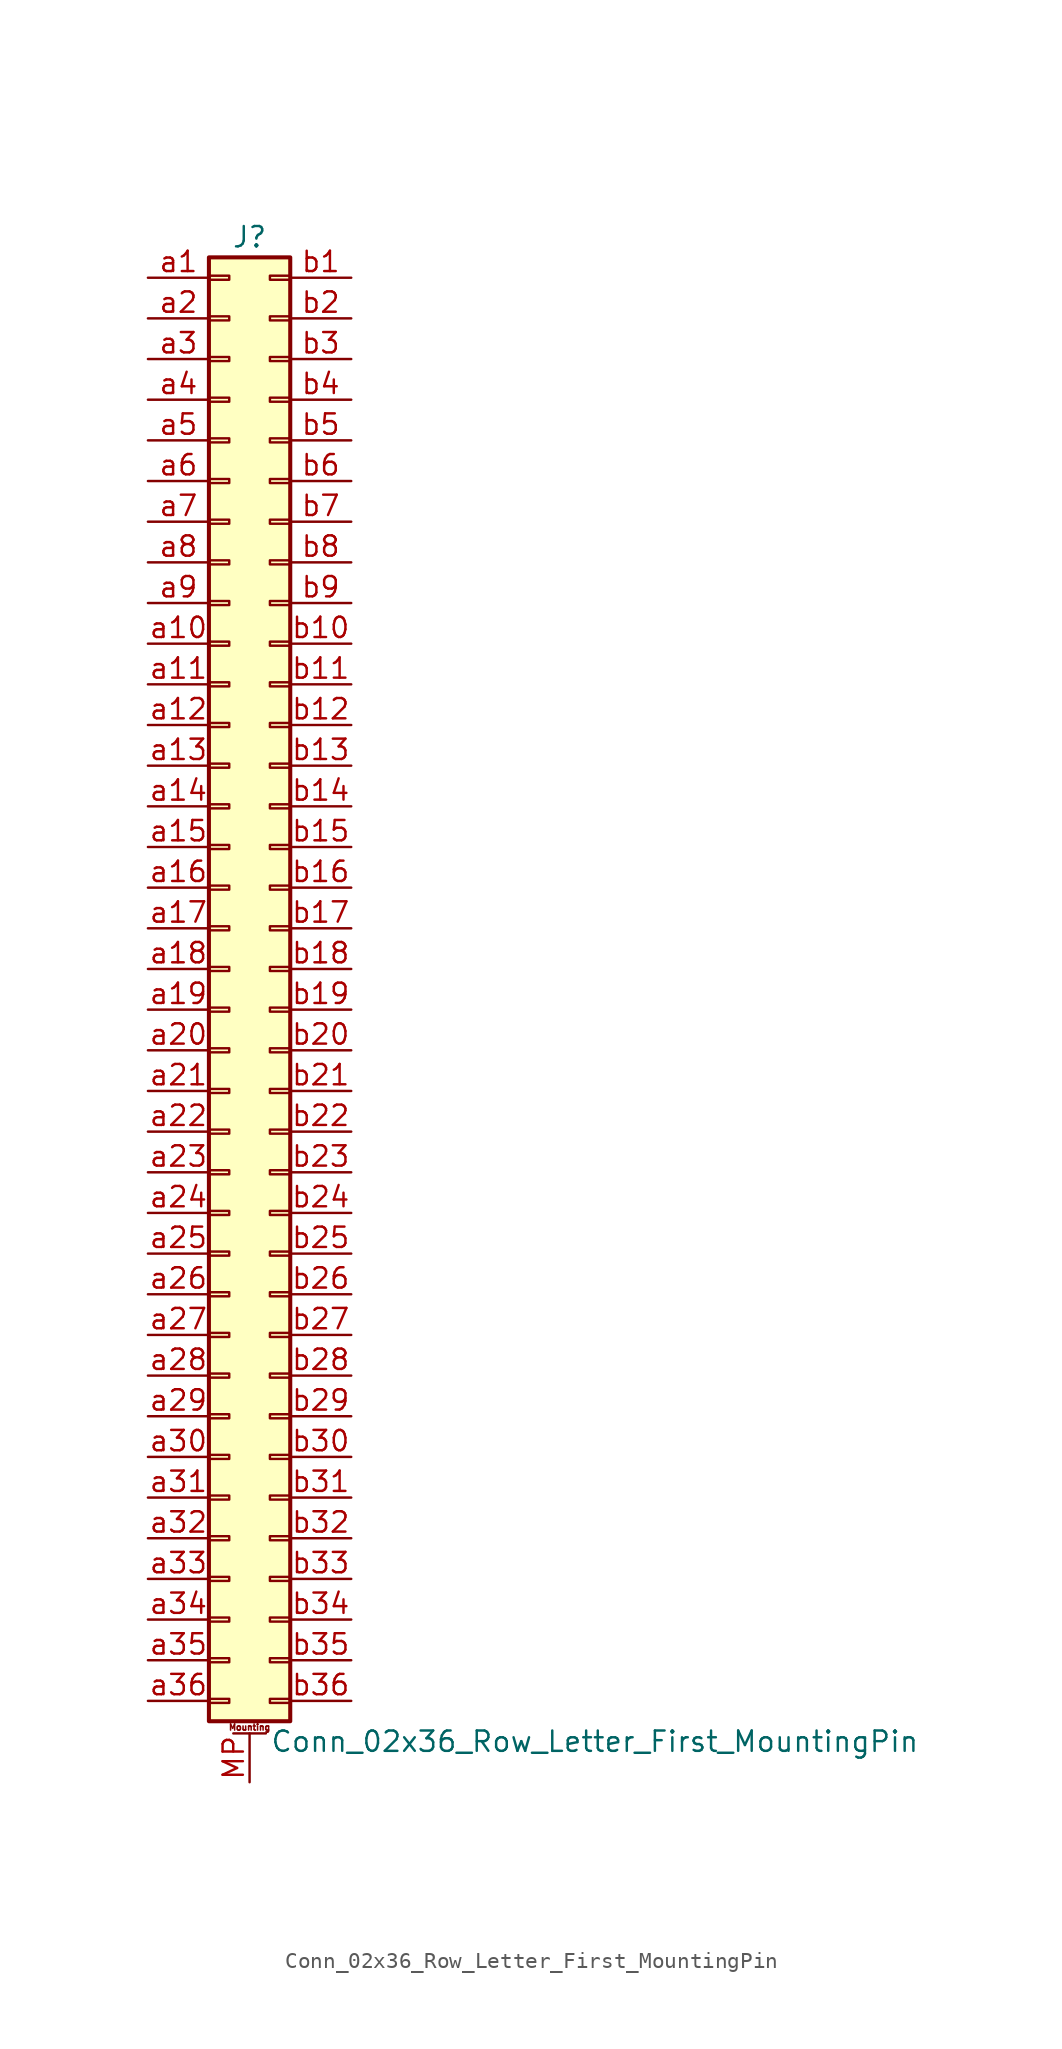
<source format=kicad_sym>
(kicad_symbol_lib
  (version 20201005)
  (generator kicad_symbol_editor)
  (symbol "Conn_02x36_Row_Letter_First_MountingPin"
    (pin_names
      (offset 1.016) hide)
    (property "Reference" "J"
      (at 1.27 45.72 0)
      (effects (font (size 1.27 1.27))))
    (property "Value" "Conn_02x36_Row_Letter_First_MountingPin"
      (at 2.54 -48.26 0)
      (effects (font (size 1.27 1.27)) (justify left)))
    (symbol "Conn_02x36_Row_Letter_First_MountingPin_1_1"
      (text "Mounting" (at 1.27 -47.371 0) (effects (font (size 0.381 0.381))))
      (rectangle (start -1.27 -45.593) (end 0 -45.847) (stroke (width 0.152)) (fill (type none)))
      (rectangle (start -1.27 -43.053) (end 0 -43.307) (stroke (width 0.152)) (fill (type none)))
      (rectangle (start -1.27 -40.513) (end 0 -40.767) (stroke (width 0.152)) (fill (type none)))
      (rectangle (start -1.27 -37.973) (end 0 -38.227) (stroke (width 0.152)) (fill (type none)))
      (rectangle (start -1.27 -35.433) (end 0 -35.687) (stroke (width 0.152)) (fill (type none)))
      (rectangle (start -1.27 -32.893) (end 0 -33.147) (stroke (width 0.152)) (fill (type none)))
      (rectangle (start -1.27 -30.353) (end 0 -30.607) (stroke (width 0.152)) (fill (type none)))
      (rectangle (start -1.27 -27.813) (end 0 -28.067) (stroke (width 0.152)) (fill (type none)))
      (rectangle (start -1.27 -25.273) (end 0 -25.527) (stroke (width 0.152)) (fill (type none)))
      (rectangle (start -1.27 -22.733) (end 0 -22.987) (stroke (width 0.152)) (fill (type none)))
      (rectangle (start -1.27 -20.193) (end 0 -20.447) (stroke (width 0.152)) (fill (type none)))
      (rectangle (start -1.27 -17.653) (end 0 -17.907) (stroke (width 0.152)) (fill (type none)))
      (rectangle (start -1.27 -15.113) (end 0 -15.367) (stroke (width 0.152)) (fill (type none)))
      (rectangle (start -1.27 -12.573) (end 0 -12.827) (stroke (width 0.152)) (fill (type none)))
      (rectangle (start -1.27 -10.033) (end 0 -10.287) (stroke (width 0.152)) (fill (type none)))
      (rectangle (start -1.27 -7.493) (end 0 -7.747) (stroke (width 0.152)) (fill (type none)))
      (rectangle (start -1.27 -4.953) (end 0 -5.207) (stroke (width 0.152)) (fill (type none)))
      (rectangle (start -1.27 -2.413) (end 0 -2.667) (stroke (width 0.152)) (fill (type none)))
      (rectangle (start -1.27 0.127) (end 0 -0.127) (stroke (width 0.152)) (fill (type none)))
      (rectangle (start -1.27 2.667) (end 0 2.413) (stroke (width 0.152)) (fill (type none)))
      (rectangle (start -1.27 5.207) (end 0 4.953) (stroke (width 0.152)) (fill (type none)))
      (rectangle (start -1.27 7.747) (end 0 7.493) (stroke (width 0.152)) (fill (type none)))
      (rectangle (start -1.27 10.287) (end 0 10.033) (stroke (width 0.152)) (fill (type none)))
      (rectangle (start -1.27 12.827) (end 0 12.573) (stroke (width 0.152)) (fill (type none)))
      (rectangle (start -1.27 15.367) (end 0 15.113) (stroke (width 0.152)) (fill (type none)))
      (rectangle (start -1.27 17.907) (end 0 17.653) (stroke (width 0.152)) (fill (type none)))
      (rectangle (start -1.27 20.447) (end 0 20.193) (stroke (width 0.152)) (fill (type none)))
      (rectangle (start -1.27 22.987) (end 0 22.733) (stroke (width 0.152)) (fill (type none)))
      (rectangle (start -1.27 25.527) (end 0 25.273) (stroke (width 0.152)) (fill (type none)))
      (rectangle (start -1.27 28.067) (end 0 27.813) (stroke (width 0.152)) (fill (type none)))
      (rectangle (start -1.27 30.607) (end 0 30.353) (stroke (width 0.152)) (fill (type none)))
      (rectangle (start -1.27 33.147) (end 0 32.893) (stroke (width 0.152)) (fill (type none)))
      (rectangle (start -1.27 35.687) (end 0 35.433) (stroke (width 0.152)) (fill (type none)))
      (rectangle (start -1.27 38.227) (end 0 37.973) (stroke (width 0.152)) (fill (type none)))
      (rectangle (start -1.27 40.767) (end 0 40.513) (stroke (width 0.152)) (fill (type none)))
      (rectangle (start -1.27 43.307) (end 0 43.053) (stroke (width 0.152)) (fill (type none)))
      (rectangle (start -1.27 44.45) (end 3.81 -46.99) (stroke (width 0.254)) (fill (type background)))
      (rectangle (start 3.81 -45.593) (end 2.54 -45.847) (stroke (width 0.152)) (fill (type none)))
      (rectangle (start 3.81 -43.053) (end 2.54 -43.307) (stroke (width 0.152)) (fill (type none)))
      (rectangle (start 3.81 -40.513) (end 2.54 -40.767) (stroke (width 0.152)) (fill (type none)))
      (rectangle (start 3.81 -37.973) (end 2.54 -38.227) (stroke (width 0.152)) (fill (type none)))
      (rectangle (start 3.81 -35.433) (end 2.54 -35.687) (stroke (width 0.152)) (fill (type none)))
      (rectangle (start 3.81 -32.893) (end 2.54 -33.147) (stroke (width 0.152)) (fill (type none)))
      (rectangle (start 3.81 -30.353) (end 2.54 -30.607) (stroke (width 0.152)) (fill (type none)))
      (rectangle (start 3.81 -27.813) (end 2.54 -28.067) (stroke (width 0.152)) (fill (type none)))
      (rectangle (start 3.81 -25.273) (end 2.54 -25.527) (stroke (width 0.152)) (fill (type none)))
      (rectangle (start 3.81 -22.733) (end 2.54 -22.987) (stroke (width 0.152)) (fill (type none)))
      (rectangle (start 3.81 -20.193) (end 2.54 -20.447) (stroke (width 0.152)) (fill (type none)))
      (rectangle (start 3.81 -17.653) (end 2.54 -17.907) (stroke (width 0.152)) (fill (type none)))
      (rectangle (start 3.81 -15.113) (end 2.54 -15.367) (stroke (width 0.152)) (fill (type none)))
      (rectangle (start 3.81 -12.573) (end 2.54 -12.827) (stroke (width 0.152)) (fill (type none)))
      (rectangle (start 3.81 -10.033) (end 2.54 -10.287) (stroke (width 0.152)) (fill (type none)))
      (rectangle (start 3.81 -7.493) (end 2.54 -7.747) (stroke (width 0.152)) (fill (type none)))
      (rectangle (start 3.81 -4.953) (end 2.54 -5.207) (stroke (width 0.152)) (fill (type none)))
      (rectangle (start 3.81 -2.413) (end 2.54 -2.667) (stroke (width 0.152)) (fill (type none)))
      (rectangle (start 3.81 0.127) (end 2.54 -0.127) (stroke (width 0.152)) (fill (type none)))
      (rectangle (start 3.81 2.667) (end 2.54 2.413) (stroke (width 0.152)) (fill (type none)))
      (rectangle (start 3.81 5.207) (end 2.54 4.953) (stroke (width 0.152)) (fill (type none)))
      (rectangle (start 3.81 7.747) (end 2.54 7.493) (stroke (width 0.152)) (fill (type none)))
      (rectangle (start 3.81 10.287) (end 2.54 10.033) (stroke (width 0.152)) (fill (type none)))
      (rectangle (start 3.81 12.827) (end 2.54 12.573) (stroke (width 0.152)) (fill (type none)))
      (rectangle (start 3.81 15.367) (end 2.54 15.113) (stroke (width 0.152)) (fill (type none)))
      (rectangle (start 3.81 17.907) (end 2.54 17.653) (stroke (width 0.152)) (fill (type none)))
      (rectangle (start 3.81 20.447) (end 2.54 20.193) (stroke (width 0.152)) (fill (type none)))
      (rectangle (start 3.81 22.987) (end 2.54 22.733) (stroke (width 0.152)) (fill (type none)))
      (rectangle (start 3.81 25.527) (end 2.54 25.273) (stroke (width 0.152)) (fill (type none)))
      (rectangle (start 3.81 28.067) (end 2.54 27.813) (stroke (width 0.152)) (fill (type none)))
      (rectangle (start 3.81 30.607) (end 2.54 30.353) (stroke (width 0.152)) (fill (type none)))
      (rectangle (start 3.81 33.147) (end 2.54 32.893) (stroke (width 0.152)) (fill (type none)))
      (rectangle (start 3.81 35.687) (end 2.54 35.433) (stroke (width 0.152)) (fill (type none)))
      (rectangle (start 3.81 38.227) (end 2.54 37.973) (stroke (width 0.152)) (fill (type none)))
      (rectangle (start 3.81 40.767) (end 2.54 40.513) (stroke (width 0.152)) (fill (type none)))
      (rectangle (start 3.81 43.307) (end 2.54 43.053) (stroke (width 0.152)) (fill (type none)))
      (polyline (pts (xy 0.254 -47.752) (xy 2.286 -47.752)) (stroke (width 0.152)) (fill (type none)))
      (pin passive line (at 1.27 -50.8 90) (length 3.048) (name "MountPin" (effects (font (size 1.27 1.27)))) (number "MP" (effects (font (size 1.27 1.27)))))
      (pin passive line (at -5.08 43.18 0) (length 3.81) (name "Pin_a1" (effects (font (size 1.27 1.27)))) (number "a1" (effects (font (size 1.27 1.27)))))
      (pin passive line (at -5.08 20.32 0) (length 3.81) (name "Pin_a10" (effects (font (size 1.27 1.27)))) (number "a10" (effects (font (size 1.27 1.27)))))
      (pin passive line (at -5.08 17.78 0) (length 3.81) (name "Pin_a11" (effects (font (size 1.27 1.27)))) (number "a11" (effects (font (size 1.27 1.27)))))
      (pin passive line (at -5.08 15.24 0) (length 3.81) (name "Pin_a12" (effects (font (size 1.27 1.27)))) (number "a12" (effects (font (size 1.27 1.27)))))
      (pin passive line (at -5.08 12.7 0) (length 3.81) (name "Pin_a13" (effects (font (size 1.27 1.27)))) (number "a13" (effects (font (size 1.27 1.27)))))
      (pin passive line (at -5.08 10.16 0) (length 3.81) (name "Pin_a14" (effects (font (size 1.27 1.27)))) (number "a14" (effects (font (size 1.27 1.27)))))
      (pin passive line (at -5.08 7.62 0) (length 3.81) (name "Pin_a15" (effects (font (size 1.27 1.27)))) (number "a15" (effects (font (size 1.27 1.27)))))
      (pin passive line (at -5.08 5.08 0) (length 3.81) (name "Pin_a16" (effects (font (size 1.27 1.27)))) (number "a16" (effects (font (size 1.27 1.27)))))
      (pin passive line (at -5.08 2.54 0) (length 3.81) (name "Pin_a17" (effects (font (size 1.27 1.27)))) (number "a17" (effects (font (size 1.27 1.27)))))
      (pin passive line (at -5.08 0 0) (length 3.81) (name "Pin_a18" (effects (font (size 1.27 1.27)))) (number "a18" (effects (font (size 1.27 1.27)))))
      (pin passive line (at -5.08 -2.54 0) (length 3.81) (name "Pin_a19" (effects (font (size 1.27 1.27)))) (number "a19" (effects (font (size 1.27 1.27)))))
      (pin passive line (at -5.08 40.64 0) (length 3.81) (name "Pin_a2" (effects (font (size 1.27 1.27)))) (number "a2" (effects (font (size 1.27 1.27)))))
      (pin passive line (at -5.08 -5.08 0) (length 3.81) (name "Pin_a20" (effects (font (size 1.27 1.27)))) (number "a20" (effects (font (size 1.27 1.27)))))
      (pin passive line (at -5.08 -7.62 0) (length 3.81) (name "Pin_a21" (effects (font (size 1.27 1.27)))) (number "a21" (effects (font (size 1.27 1.27)))))
      (pin passive line (at -5.08 -10.16 0) (length 3.81) (name "Pin_a22" (effects (font (size 1.27 1.27)))) (number "a22" (effects (font (size 1.27 1.27)))))
      (pin passive line (at -5.08 -12.7 0) (length 3.81) (name "Pin_a23" (effects (font (size 1.27 1.27)))) (number "a23" (effects (font (size 1.27 1.27)))))
      (pin passive line (at -5.08 -15.24 0) (length 3.81) (name "Pin_a24" (effects (font (size 1.27 1.27)))) (number "a24" (effects (font (size 1.27 1.27)))))
      (pin passive line (at -5.08 -17.78 0) (length 3.81) (name "Pin_a25" (effects (font (size 1.27 1.27)))) (number "a25" (effects (font (size 1.27 1.27)))))
      (pin passive line (at -5.08 -20.32 0) (length 3.81) (name "Pin_a26" (effects (font (size 1.27 1.27)))) (number "a26" (effects (font (size 1.27 1.27)))))
      (pin passive line (at -5.08 -22.86 0) (length 3.81) (name "Pin_a27" (effects (font (size 1.27 1.27)))) (number "a27" (effects (font (size 1.27 1.27)))))
      (pin passive line (at -5.08 -25.4 0) (length 3.81) (name "Pin_a28" (effects (font (size 1.27 1.27)))) (number "a28" (effects (font (size 1.27 1.27)))))
      (pin passive line (at -5.08 -27.94 0) (length 3.81) (name "Pin_a29" (effects (font (size 1.27 1.27)))) (number "a29" (effects (font (size 1.27 1.27)))))
      (pin passive line (at -5.08 38.1 0) (length 3.81) (name "Pin_a3" (effects (font (size 1.27 1.27)))) (number "a3" (effects (font (size 1.27 1.27)))))
      (pin passive line (at -5.08 -30.48 0) (length 3.81) (name "Pin_a30" (effects (font (size 1.27 1.27)))) (number "a30" (effects (font (size 1.27 1.27)))))
      (pin passive line (at -5.08 -33.02 0) (length 3.81) (name "Pin_a31" (effects (font (size 1.27 1.27)))) (number "a31" (effects (font (size 1.27 1.27)))))
      (pin passive line (at -5.08 -35.56 0) (length 3.81) (name "Pin_a32" (effects (font (size 1.27 1.27)))) (number "a32" (effects (font (size 1.27 1.27)))))
      (pin passive line (at -5.08 -38.1 0) (length 3.81) (name "Pin_a33" (effects (font (size 1.27 1.27)))) (number "a33" (effects (font (size 1.27 1.27)))))
      (pin passive line (at -5.08 -40.64 0) (length 3.81) (name "Pin_a34" (effects (font (size 1.27 1.27)))) (number "a34" (effects (font (size 1.27 1.27)))))
      (pin passive line (at -5.08 -43.18 0) (length 3.81) (name "Pin_a35" (effects (font (size 1.27 1.27)))) (number "a35" (effects (font (size 1.27 1.27)))))
      (pin passive line (at -5.08 -45.72 0) (length 3.81) (name "Pin_a36" (effects (font (size 1.27 1.27)))) (number "a36" (effects (font (size 1.27 1.27)))))
      (pin passive line (at -5.08 35.56 0) (length 3.81) (name "Pin_a4" (effects (font (size 1.27 1.27)))) (number "a4" (effects (font (size 1.27 1.27)))))
      (pin passive line (at -5.08 33.02 0) (length 3.81) (name "Pin_a5" (effects (font (size 1.27 1.27)))) (number "a5" (effects (font (size 1.27 1.27)))))
      (pin passive line (at -5.08 30.48 0) (length 3.81) (name "Pin_a6" (effects (font (size 1.27 1.27)))) (number "a6" (effects (font (size 1.27 1.27)))))
      (pin passive line (at -5.08 27.94 0) (length 3.81) (name "Pin_a7" (effects (font (size 1.27 1.27)))) (number "a7" (effects (font (size 1.27 1.27)))))
      (pin passive line (at -5.08 25.4 0) (length 3.81) (name "Pin_a8" (effects (font (size 1.27 1.27)))) (number "a8" (effects (font (size 1.27 1.27)))))
      (pin passive line (at -5.08 22.86 0) (length 3.81) (name "Pin_a9" (effects (font (size 1.27 1.27)))) (number "a9" (effects (font (size 1.27 1.27)))))
      (pin passive line (at 7.62 43.18 180) (length 3.81) (name "Pin_b1" (effects (font (size 1.27 1.27)))) (number "b1" (effects (font (size 1.27 1.27)))))
      (pin passive line (at 7.62 20.32 180) (length 3.81) (name "Pin_b10" (effects (font (size 1.27 1.27)))) (number "b10" (effects (font (size 1.27 1.27)))))
      (pin passive line (at 7.62 17.78 180) (length 3.81) (name "Pin_b11" (effects (font (size 1.27 1.27)))) (number "b11" (effects (font (size 1.27 1.27)))))
      (pin passive line (at 7.62 15.24 180) (length 3.81) (name "Pin_b12" (effects (font (size 1.27 1.27)))) (number "b12" (effects (font (size 1.27 1.27)))))
      (pin passive line (at 7.62 12.7 180) (length 3.81) (name "Pin_b13" (effects (font (size 1.27 1.27)))) (number "b13" (effects (font (size 1.27 1.27)))))
      (pin passive line (at 7.62 10.16 180) (length 3.81) (name "Pin_b14" (effects (font (size 1.27 1.27)))) (number "b14" (effects (font (size 1.27 1.27)))))
      (pin passive line (at 7.62 7.62 180) (length 3.81) (name "Pin_b15" (effects (font (size 1.27 1.27)))) (number "b15" (effects (font (size 1.27 1.27)))))
      (pin passive line (at 7.62 5.08 180) (length 3.81) (name "Pin_b16" (effects (font (size 1.27 1.27)))) (number "b16" (effects (font (size 1.27 1.27)))))
      (pin passive line (at 7.62 2.54 180) (length 3.81) (name "Pin_b17" (effects (font (size 1.27 1.27)))) (number "b17" (effects (font (size 1.27 1.27)))))
      (pin passive line (at 7.62 0 180) (length 3.81) (name "Pin_b18" (effects (font (size 1.27 1.27)))) (number "b18" (effects (font (size 1.27 1.27)))))
      (pin passive line (at 7.62 -2.54 180) (length 3.81) (name "Pin_b19" (effects (font (size 1.27 1.27)))) (number "b19" (effects (font (size 1.27 1.27)))))
      (pin passive line (at 7.62 40.64 180) (length 3.81) (name "Pin_b2" (effects (font (size 1.27 1.27)))) (number "b2" (effects (font (size 1.27 1.27)))))
      (pin passive line (at 7.62 -5.08 180) (length 3.81) (name "Pin_b20" (effects (font (size 1.27 1.27)))) (number "b20" (effects (font (size 1.27 1.27)))))
      (pin passive line (at 7.62 -7.62 180) (length 3.81) (name "Pin_b21" (effects (font (size 1.27 1.27)))) (number "b21" (effects (font (size 1.27 1.27)))))
      (pin passive line (at 7.62 -10.16 180) (length 3.81) (name "Pin_b22" (effects (font (size 1.27 1.27)))) (number "b22" (effects (font (size 1.27 1.27)))))
      (pin passive line (at 7.62 -12.7 180) (length 3.81) (name "Pin_b23" (effects (font (size 1.27 1.27)))) (number "b23" (effects (font (size 1.27 1.27)))))
      (pin passive line (at 7.62 -15.24 180) (length 3.81) (name "Pin_b24" (effects (font (size 1.27 1.27)))) (number "b24" (effects (font (size 1.27 1.27)))))
      (pin passive line (at 7.62 -17.78 180) (length 3.81) (name "Pin_b25" (effects (font (size 1.27 1.27)))) (number "b25" (effects (font (size 1.27 1.27)))))
      (pin passive line (at 7.62 -20.32 180) (length 3.81) (name "Pin_b26" (effects (font (size 1.27 1.27)))) (number "b26" (effects (font (size 1.27 1.27)))))
      (pin passive line (at 7.62 -22.86 180) (length 3.81) (name "Pin_b27" (effects (font (size 1.27 1.27)))) (number "b27" (effects (font (size 1.27 1.27)))))
      (pin passive line (at 7.62 -25.4 180) (length 3.81) (name "Pin_b28" (effects (font (size 1.27 1.27)))) (number "b28" (effects (font (size 1.27 1.27)))))
      (pin passive line (at 7.62 -27.94 180) (length 3.81) (name "Pin_b29" (effects (font (size 1.27 1.27)))) (number "b29" (effects (font (size 1.27 1.27)))))
      (pin passive line (at 7.62 38.1 180) (length 3.81) (name "Pin_b3" (effects (font (size 1.27 1.27)))) (number "b3" (effects (font (size 1.27 1.27)))))
      (pin passive line (at 7.62 -30.48 180) (length 3.81) (name "Pin_b30" (effects (font (size 1.27 1.27)))) (number "b30" (effects (font (size 1.27 1.27)))))
      (pin passive line (at 7.62 -33.02 180) (length 3.81) (name "Pin_b31" (effects (font (size 1.27 1.27)))) (number "b31" (effects (font (size 1.27 1.27)))))
      (pin passive line (at 7.62 -35.56 180) (length 3.81) (name "Pin_b32" (effects (font (size 1.27 1.27)))) (number "b32" (effects (font (size 1.27 1.27)))))
      (pin passive line (at 7.62 -38.1 180) (length 3.81) (name "Pin_b33" (effects (font (size 1.27 1.27)))) (number "b33" (effects (font (size 1.27 1.27)))))
      (pin passive line (at 7.62 -40.64 180) (length 3.81) (name "Pin_b34" (effects (font (size 1.27 1.27)))) (number "b34" (effects (font (size 1.27 1.27)))))
      (pin passive line (at 7.62 -43.18 180) (length 3.81) (name "Pin_b35" (effects (font (size 1.27 1.27)))) (number "b35" (effects (font (size 1.27 1.27)))))
      (pin passive line (at 7.62 -45.72 180) (length 3.81) (name "Pin_b36" (effects (font (size 1.27 1.27)))) (number "b36" (effects (font (size 1.27 1.27)))))
      (pin passive line (at 7.62 35.56 180) (length 3.81) (name "Pin_b4" (effects (font (size 1.27 1.27)))) (number "b4" (effects (font (size 1.27 1.27)))))
      (pin passive line (at 7.62 33.02 180) (length 3.81) (name "Pin_b5" (effects (font (size 1.27 1.27)))) (number "b5" (effects (font (size 1.27 1.27)))))
      (pin passive line (at 7.62 30.48 180) (length 3.81) (name "Pin_b6" (effects (font (size 1.27 1.27)))) (number "b6" (effects (font (size 1.27 1.27)))))
      (pin passive line (at 7.62 27.94 180) (length 3.81) (name "Pin_b7" (effects (font (size 1.27 1.27)))) (number "b7" (effects (font (size 1.27 1.27)))))
      (pin passive line (at 7.62 25.4 180) (length 3.81) (name "Pin_b8" (effects (font (size 1.27 1.27)))) (number "b8" (effects (font (size 1.27 1.27)))))
      (pin passive line (at 7.62 22.86 180) (length 3.81) (name "Pin_b9" (effects (font (size 1.27 1.27)))) (number "b9" (effects (font (size 1.27 1.27))))))))
</source>
